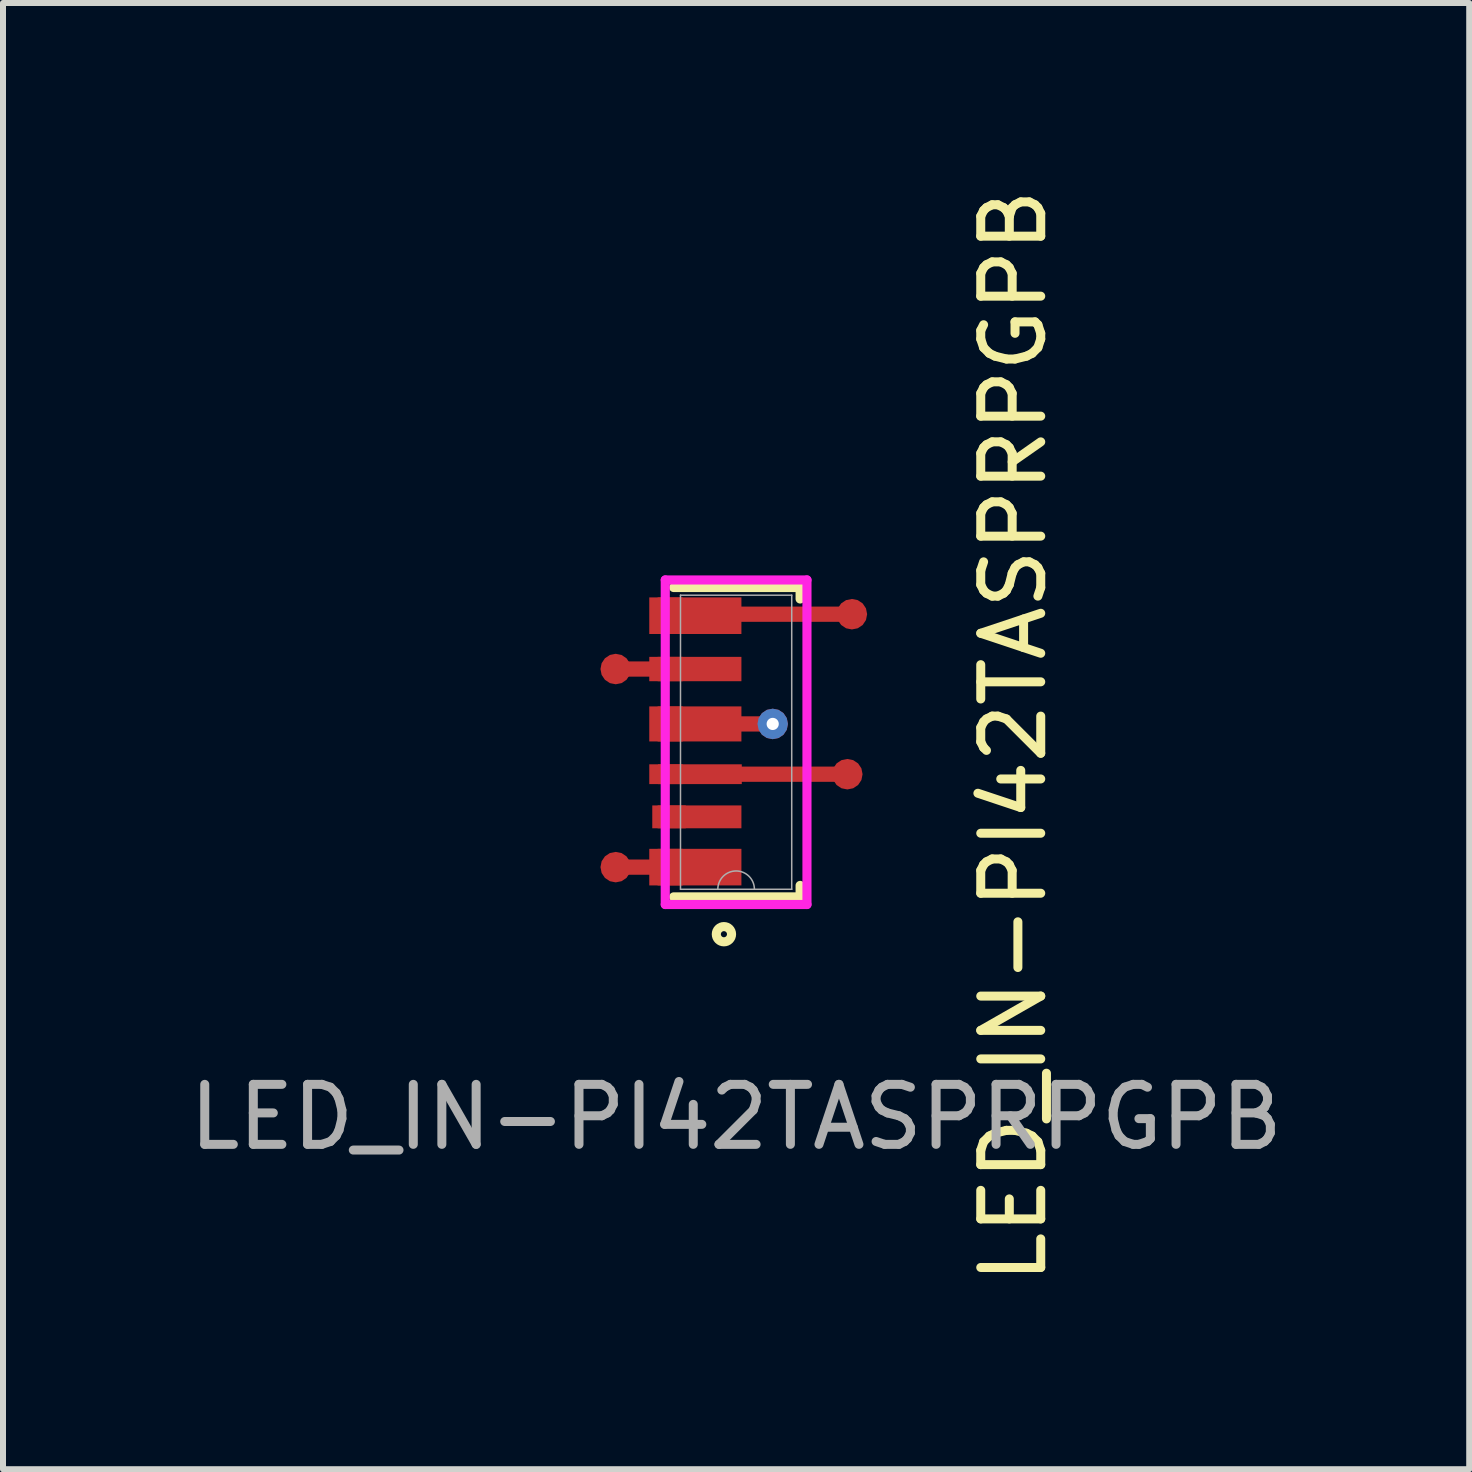
<source format=kicad_pcb>
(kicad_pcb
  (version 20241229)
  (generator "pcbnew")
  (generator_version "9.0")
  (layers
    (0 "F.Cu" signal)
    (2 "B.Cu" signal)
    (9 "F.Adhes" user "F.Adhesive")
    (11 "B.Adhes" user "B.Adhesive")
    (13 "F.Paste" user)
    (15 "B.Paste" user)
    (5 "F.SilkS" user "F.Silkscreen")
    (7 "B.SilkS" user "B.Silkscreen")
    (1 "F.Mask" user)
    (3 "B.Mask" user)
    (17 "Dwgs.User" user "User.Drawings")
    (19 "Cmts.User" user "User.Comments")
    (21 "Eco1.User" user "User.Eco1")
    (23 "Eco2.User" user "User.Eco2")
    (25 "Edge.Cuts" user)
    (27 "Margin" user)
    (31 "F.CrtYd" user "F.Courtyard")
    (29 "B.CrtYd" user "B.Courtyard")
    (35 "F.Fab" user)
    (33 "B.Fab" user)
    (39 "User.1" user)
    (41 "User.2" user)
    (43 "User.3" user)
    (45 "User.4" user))
  (footprint "LED_IN-PI42TASPRPGPB"
    (layer "F.Cu")
    (at 9.22 9.22)
    (property "Reference" "LED_IN-PI42TASPRPGPB" (at 4.623 0 90) (unlocked yes) (layer "F.SilkS") (effects (font (size 1 1) (thickness 0.15))))
    (fp_line (start -1.041 2.68) (end 1.067 2.68) (stroke (width 0.152) (type solid)) (layer "F.SilkS"))
    (fp_line (start 1.067 -2.477) (end -1.041 -2.477) (stroke (width 0.152) (type solid)) (layer "F.SilkS"))
    (fp_line (start 1.067 -2.286) (end 1.067 -2.477) (stroke (width 0.152) (type solid)) (layer "F.SilkS"))
    (fp_line (start 1.067 2.68) (end 1.067 2.489) (stroke (width 0.152) (type solid)) (layer "F.SilkS"))
    (fp_circle (center -0.203 3.302) (end -0.076 3.302) (stroke (width 0.152) (type solid)) (fill no) (layer "F.SilkS"))
    (fp_line (start -1.181 -2.603) (end 1.181 -2.603) (stroke (width 0.152) (type solid)) (layer "F.CrtYd"))
    (fp_line (start -1.181 2.807) (end -1.181 -2.603) (stroke (width 0.152) (type solid)) (layer "F.CrtYd"))
    (fp_line (start 1.181 -2.603) (end 1.181 2.807) (stroke (width 0.152) (type solid)) (layer "F.CrtYd"))
    (fp_line (start 1.181 2.807) (end -1.181 2.807) (stroke (width 0.152) (type solid)) (layer "F.CrtYd"))
    (fp_line (start -0.927 -2.349) (end -0.927 2.553) (stroke (width 0.025) (type solid)) (layer "F.Fab"))
    (fp_line (start -0.927 2.553) (end 0.927 2.553) (stroke (width 0.025) (type solid)) (layer "F.Fab"))
    (fp_line (start 0.927 -2.349) (end -0.927 -2.349) (stroke (width 0.025) (type solid)) (layer "F.Fab"))
    (fp_line (start 0.927 2.553) (end 0.927 -2.349) (stroke (width 0.025) (type solid)) (layer "F.Fab"))
    (fp_arc (start -0.3048 2.5527) (mid 0 2.2479) (end 0.3048 2.5527) (stroke (width 0.0254) (type solid)) (layer "F.Fab"))
    (fp_text user "${REFERENCE}" (at 0 6.35 0) (unlocked yes) (layer "F.Fab") (effects (font (size 1 1) (thickness 0.15))))
    (pad "1" smd roundrect (at -2.007 2.184) (size 0.508 0.508) (layers "F.Cu" "F.Mask") (roundrect_rratio 0.5))
    (pad "1" smd rect (at -1.422 2.184) (size 1.168 0.254) (layers "F.Cu" "F.Mask"))
    (pad "1" smd rect (at -1.168 2.184 180) (size 0.559 0.61) (layers "F.Cu" "F.Mask" "F.Paste"))
    (pad "1" smd rect (at -0.61 2.184 180) (size 1.397 0.61) (layers "F.Cu" "F.Mask" "F.Paste"))
    (pad "2" smd rect (at -1.118 1.346 180) (size 0.559 0.381) (layers "F.Cu" "F.Mask" "F.Paste"))
    (pad "2" smd rect (at -0.61 1.346 180) (size 1.397 0.381) (layers "F.Cu" "F.Mask" "F.Paste"))
    (pad "3" smd rect (at -1.168 0.635 180) (size 0.559 0.33) (layers "F.Cu" "F.Mask" "F.Paste"))
    (pad "3" smd rect (at -0.604 0.635 180) (size 1.397 0.33) (layers "F.Cu" "F.Mask" "F.Paste"))
    (pad "3" smd rect (at 0.61 0.635) (size 2.489 0.254) (layers "F.Cu" "F.Mask"))
    (pad "3" smd roundrect (at 1.854 0.635) (size 0.508 0.508) (layers "F.Cu" "F.Mask") (roundrect_rratio 0.5))
    (pad "4" smd rect (at -1.168 -0.203 180) (size 0.559 0.584) (layers "F.Cu" "F.Mask" "F.Paste"))
    (pad "4" smd rect (at -0.61 -0.203 180) (size 1.397 0.584) (layers "F.Cu" "F.Mask" "F.Paste"))
    (pad "4" smd rect (at 0.152 -0.203) (size 1.016 0.254) (layers "F.Cu" "F.Mask"))
    (pad "4" thru_hole roundrect (at 0.61 -0.203) (size 0.508 0.508) (drill 0.203) (layers "*.Cu" "*.Mask") (roundrect_rratio 0.5))
    (pad "5" smd roundrect (at -2.007 -1.118) (size 0.508 0.508) (layers "F.Cu" "F.Mask") (roundrect_rratio 0.5))
    (pad "5" smd rect (at -1.422 -1.118) (size 1.168 0.254) (layers "F.Cu" "F.Mask"))
    (pad "5" smd rect (at -1.168 -1.118 180) (size 0.559 0.406) (layers "F.Cu" "F.Mask" "F.Paste"))
    (pad "5" smd rect (at -0.61 -1.118 180) (size 1.397 0.406) (layers "F.Cu" "F.Mask" "F.Paste"))
    (pad "6" smd rect (at -1.168 -2.007 180) (size 0.559 0.61) (layers "F.Cu" "F.Mask" "F.Paste"))
    (pad "6" smd rect (at -0.61 -2.007 180) (size 1.397 0.61) (layers "F.Cu" "F.Mask" "F.Paste"))
    (pad "6" smd rect (at 0.66 -2.032) (size 2.489 0.254) (layers "F.Cu" "F.Mask"))
    (pad "6" smd roundrect (at 1.93 -2.032) (size 0.508 0.508) (layers "F.Cu" "F.Mask") (roundrect_rratio 0.5)))
  (gr_rect
    (start -3 -3)
    (end 21.44 21.44)
    (stroke (width 0.1) (type default))
    (fill no)
    (layer "Edge.Cuts")))
</source>
